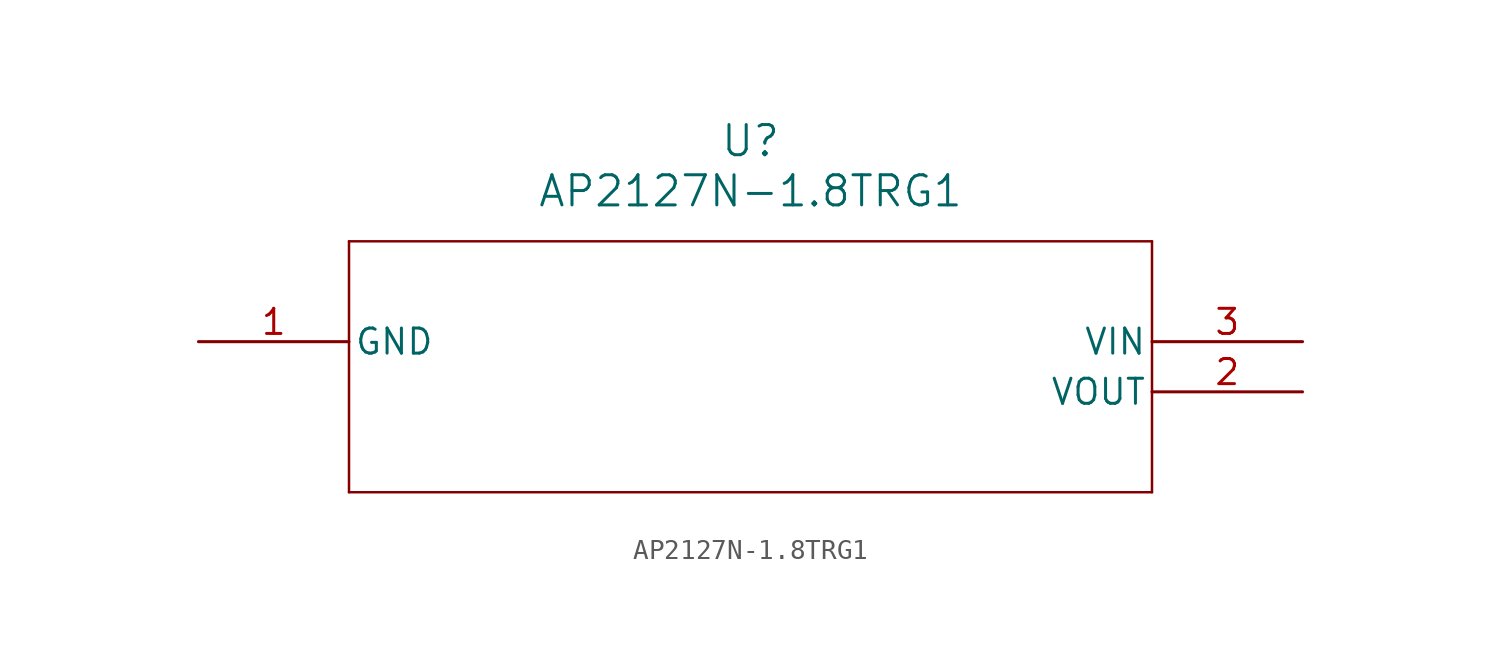
<source format=kicad_sym>
(kicad_symbol_lib
  (version 20211014)
  (generator kicad_symbol_editor)
  (symbol "AP2127N-1.8TRG1"
    (pin_names
      (offset 0.254))
    (property "Reference" "U"
      (at 27.94 10.16 0)
      (effects (font (size 1.524 1.524))))
    (property "Value" "AP2127N-1.8TRG1"
      (at 27.94 7.62 0)
      (effects (font (size 1.524 1.524))))
    (symbol "AP2127N-1.8TRG1_0_1"
      (polyline (pts (xy 7.62 5.08) (xy 7.62 -7.62)) (stroke (width 0.127) (type default) (color 0 0 0 0)) (fill (type none)))
      (polyline (pts (xy 7.62 -7.62) (xy 48.26 -7.62)) (stroke (width 0.127) (type default) (color 0 0 0 0)) (fill (type none)))
      (polyline (pts (xy 48.26 -7.62) (xy 48.26 5.08)) (stroke (width 0.127) (type default) (color 0 0 0 0)) (fill (type none)))
      (polyline (pts (xy 48.26 5.08) (xy 7.62 5.08)) (stroke (width 0.127) (type default) (color 0 0 0 0)) (fill (type none)))
      (pin power_in line (at 0 0 0) (length 7.62) (name "GND" (effects (font (size 1.27 1.27)))) (number "1" (effects (font (size 1.27 1.27)))))
      (pin output line (at 55.88 -2.54 180) (length 7.62) (name "VOUT" (effects (font (size 1.27 1.27)))) (number "2" (effects (font (size 1.27 1.27)))))
      (pin input line (at 55.88 0 180) (length 7.62) (name "VIN" (effects (font (size 1.27 1.27)))) (number "3" (effects (font (size 1.27 1.27))))))))
</source>
